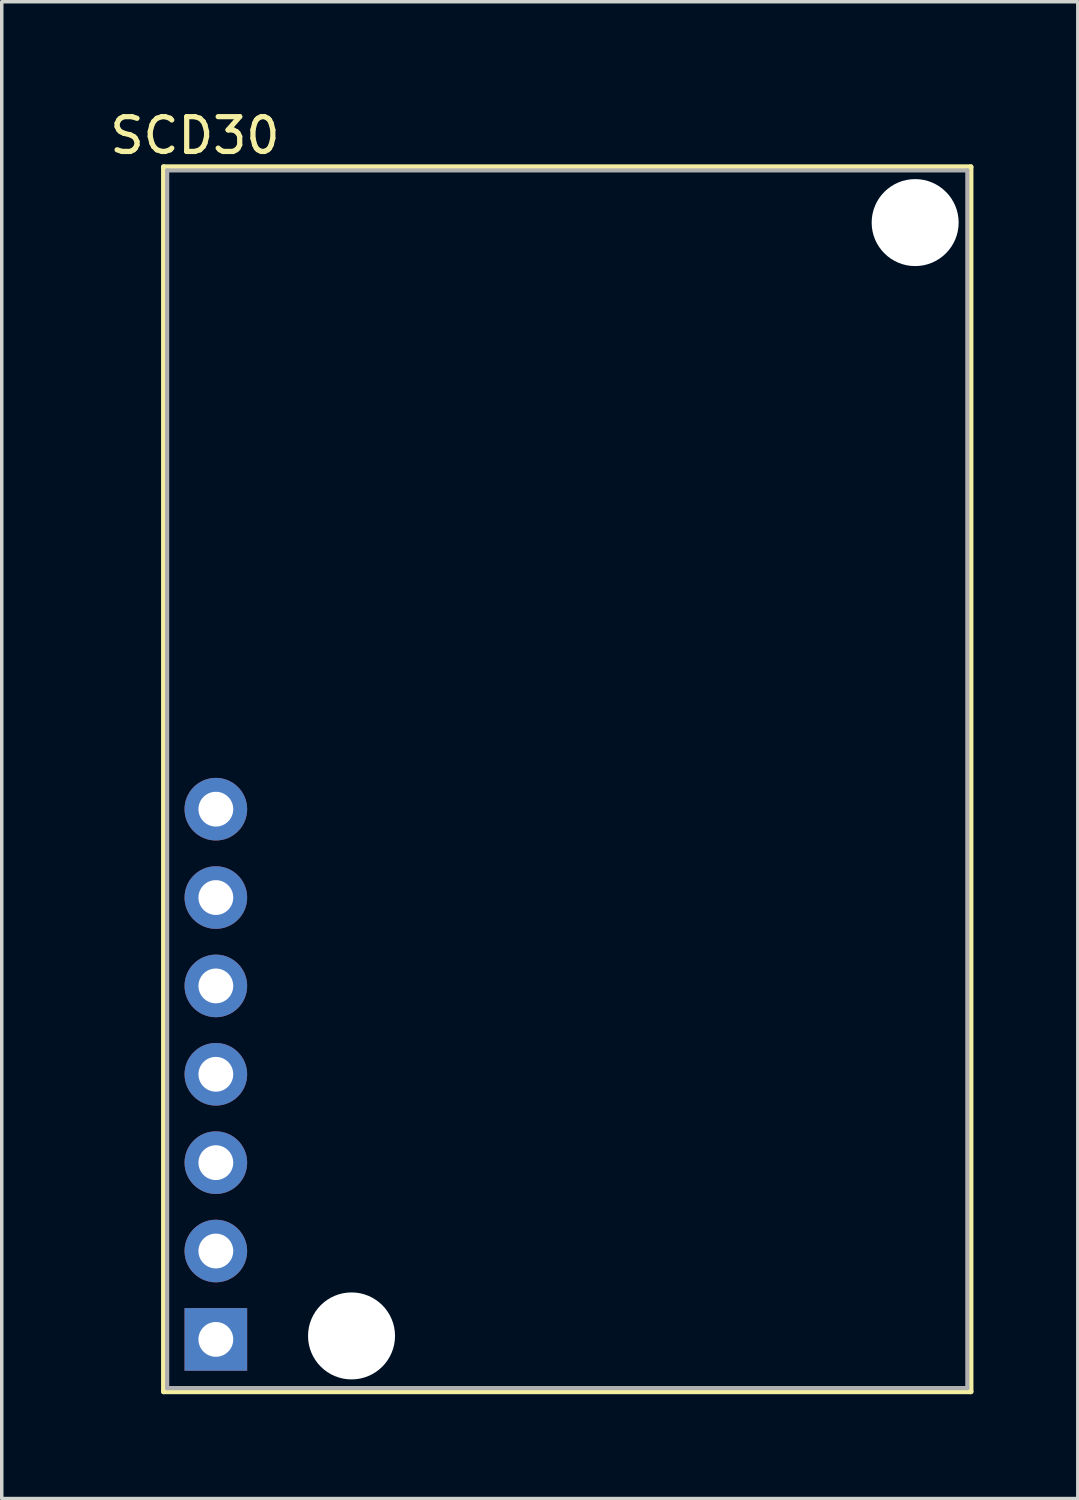
<source format=kicad_pcb>
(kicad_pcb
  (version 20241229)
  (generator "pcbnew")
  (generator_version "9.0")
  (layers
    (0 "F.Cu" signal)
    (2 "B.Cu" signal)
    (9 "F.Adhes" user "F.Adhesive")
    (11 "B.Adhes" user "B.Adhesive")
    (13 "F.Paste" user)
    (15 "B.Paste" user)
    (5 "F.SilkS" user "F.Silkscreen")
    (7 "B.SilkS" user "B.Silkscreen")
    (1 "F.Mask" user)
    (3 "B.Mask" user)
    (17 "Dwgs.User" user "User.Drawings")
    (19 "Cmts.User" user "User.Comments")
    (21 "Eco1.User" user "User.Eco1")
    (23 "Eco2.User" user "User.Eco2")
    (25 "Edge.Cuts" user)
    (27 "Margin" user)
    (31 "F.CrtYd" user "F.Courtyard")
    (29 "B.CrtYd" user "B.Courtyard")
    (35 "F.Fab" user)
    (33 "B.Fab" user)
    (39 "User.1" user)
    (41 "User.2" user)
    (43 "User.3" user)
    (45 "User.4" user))
  (footprint "SCD30"
    (layer "F.Cu")
    (at 3.154 35.448)
    (property "Reference" "SCD30" (at -0.6 -34.6 180) (layer "F.SilkS") (effects (font (size 1 1) (thickness 0.15))))
    (attr through_hole)
    (fp_line (start -1.5 -33.7) (end -1.5 1.5) (stroke (width 0.15) (type solid)) (layer "F.SilkS"))
    (fp_line (start -1.5 1.5) (end 21.7 1.5) (stroke (width 0.15) (type solid)) (layer "F.SilkS"))
    (fp_line (start 21.7 -33.7) (end -1.5 -33.7) (stroke (width 0.15) (type solid)) (layer "F.SilkS"))
    (fp_line (start 21.7 1.5) (end 21.7 -33.7) (stroke (width 0.15) (type solid)) (layer "F.SilkS"))
    (fp_line (start -1.4 -33.6) (end -1.4 1.4) (stroke (width 0.12) (type solid)) (layer "F.Fab"))
    (fp_line (start -1.4 1.4) (end 21.6 1.4) (stroke (width 0.12) (type solid)) (layer "F.Fab"))
    (fp_line (start 21.6 -33.6) (end -1.4 -33.6) (stroke (width 0.12) (type solid)) (layer "F.Fab"))
    (fp_line (start 21.6 1.4) (end 21.6 -33.6) (stroke (width 0.12) (type solid)) (layer "F.Fab"))
    (pad "" np_thru_hole circle (at 3.9 -0.1) (size 2.5 2.5) (drill 2.5) (layers "*.Cu" "*.Mask"))
    (pad "" np_thru_hole circle (at 20.1 -32.1) (size 2.5 2.5) (drill 2.5) (layers "*.Cu" "*.Mask"))
    (pad "1" thru_hole rect (at 0 0) (size 1.8 1.8) (drill 1) (layers "*.Cu" "*.Mask"))
    (pad "2" thru_hole circle (at 0 -2.54) (size 1.8 1.8) (drill 1) (layers "*.Cu" "*.Mask"))
    (pad "3" thru_hole circle (at 0 -5.08) (size 1.8 1.8) (drill 1) (layers "*.Cu" "*.Mask"))
    (pad "4" thru_hole circle (at 0 -7.62) (size 1.8 1.8) (drill 1) (layers "*.Cu" "*.Mask"))
    (pad "5" thru_hole circle (at 0 -10.16) (size 1.8 1.8) (drill 1) (layers "*.Cu" "*.Mask"))
    (pad "6" thru_hole circle (at 0 -12.7) (size 1.8 1.8) (drill 1) (layers "*.Cu" "*.Mask"))
    (pad "7" thru_hole circle (at 0 -15.24) (size 1.8 1.8) (drill 1) (layers "*.Cu" "*.Mask")))
  (gr_rect
    (start -3 -3)
    (end 27.929 40.023)
    (stroke (width 0.1) (type default))
    (fill no)
    (layer "Edge.Cuts")))
</source>
